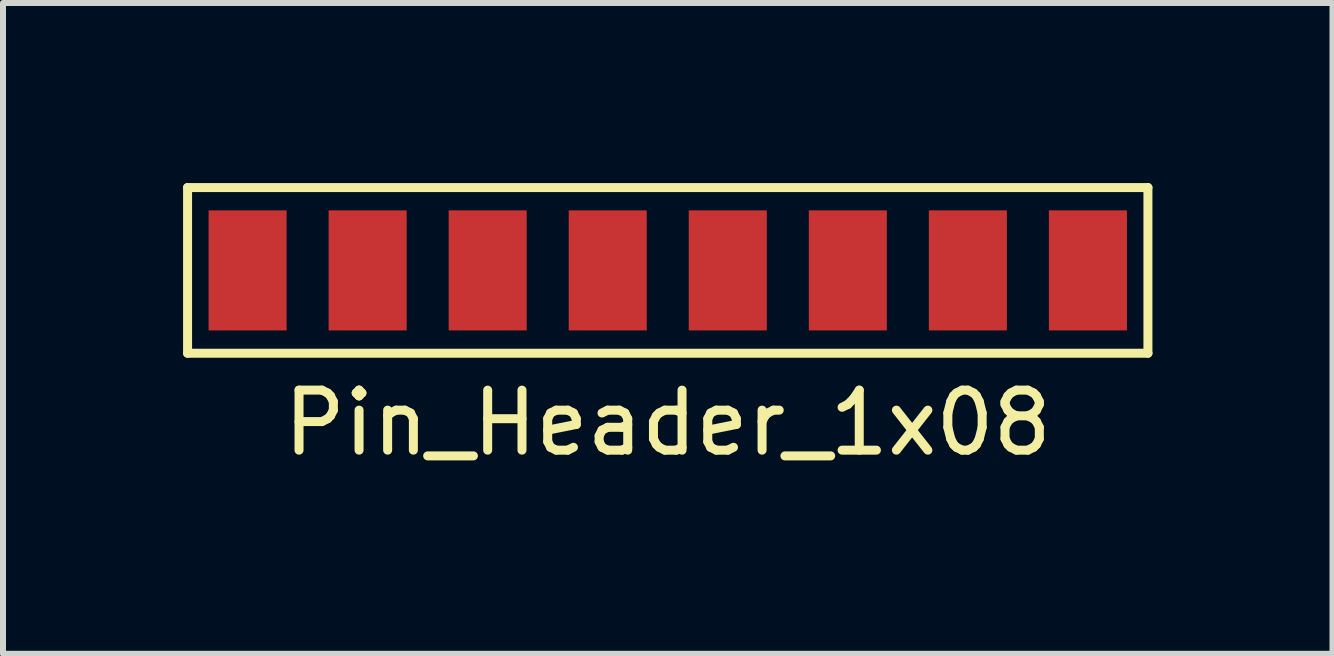
<source format=kicad_pcb>
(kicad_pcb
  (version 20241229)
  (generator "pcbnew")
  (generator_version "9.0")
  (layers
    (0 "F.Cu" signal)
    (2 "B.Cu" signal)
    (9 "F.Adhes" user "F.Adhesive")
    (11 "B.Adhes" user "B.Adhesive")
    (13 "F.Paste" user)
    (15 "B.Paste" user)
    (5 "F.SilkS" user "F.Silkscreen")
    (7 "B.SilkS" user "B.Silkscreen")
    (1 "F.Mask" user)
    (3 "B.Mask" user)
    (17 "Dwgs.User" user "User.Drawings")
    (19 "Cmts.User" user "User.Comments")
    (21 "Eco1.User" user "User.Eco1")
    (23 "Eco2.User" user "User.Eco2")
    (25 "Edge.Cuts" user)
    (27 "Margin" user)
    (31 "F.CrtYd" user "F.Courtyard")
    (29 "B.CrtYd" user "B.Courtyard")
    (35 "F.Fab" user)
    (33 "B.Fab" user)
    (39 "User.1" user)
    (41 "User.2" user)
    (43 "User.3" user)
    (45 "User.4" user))
  (footprint "Pin_Header_1x08"
    (layer "F.Cu")
    (at 8.075 1.455)
    (property "Reference" "Pin_Header_1x08" (at 0 2.54 0) (layer "F.SilkS") (effects (font (size 1 1) (thickness 0.15))))
    (attr through_hole)
    (fp_line (start -8 -1.38) (end -8 1.38) (stroke (width 0.15) (type solid)) (layer "F.SilkS"))
    (fp_line (start -8 -1.38) (end 8 -1.38) (stroke (width 0.15) (type solid)) (layer "F.SilkS"))
    (fp_line (start -8 1.38) (end 8 1.38) (stroke (width 0.15) (type solid)) (layer "F.SilkS"))
    (fp_line (start 8 -1.38) (end 8 1.38) (stroke (width 0.15) (type solid)) (layer "F.SilkS"))
    (pad "1" smd rect (at -7 0) (size 1.3 2) (layers "F.Cu" "F.Mask" "F.Paste"))
    (pad "2" smd rect (at -5 0) (size 1.3 2) (layers "F.Cu" "F.Mask" "F.Paste"))
    (pad "3" smd rect (at -3 0) (size 1.3 2) (layers "F.Cu" "F.Mask" "F.Paste"))
    (pad "4" smd rect (at -1 0) (size 1.3 2) (layers "F.Cu" "F.Mask" "F.Paste"))
    (pad "5" smd rect (at 1 0) (size 1.3 2) (layers "F.Cu" "F.Mask" "F.Paste"))
    (pad "6" smd rect (at 3 0) (size 1.3 2) (layers "F.Cu" "F.Mask" "F.Paste"))
    (pad "7" smd rect (at 5 0) (size 1.3 2) (layers "F.Cu" "F.Mask" "F.Paste"))
    (pad "8" smd rect (at 7 0) (size 1.3 2) (layers "F.Cu" "F.Mask" "F.Paste")))
  (gr_rect
    (start -3 -3)
    (end 19.15 7.843)
    (stroke (width 0.1) (type default))
    (fill no)
    (layer "Edge.Cuts")))
</source>
